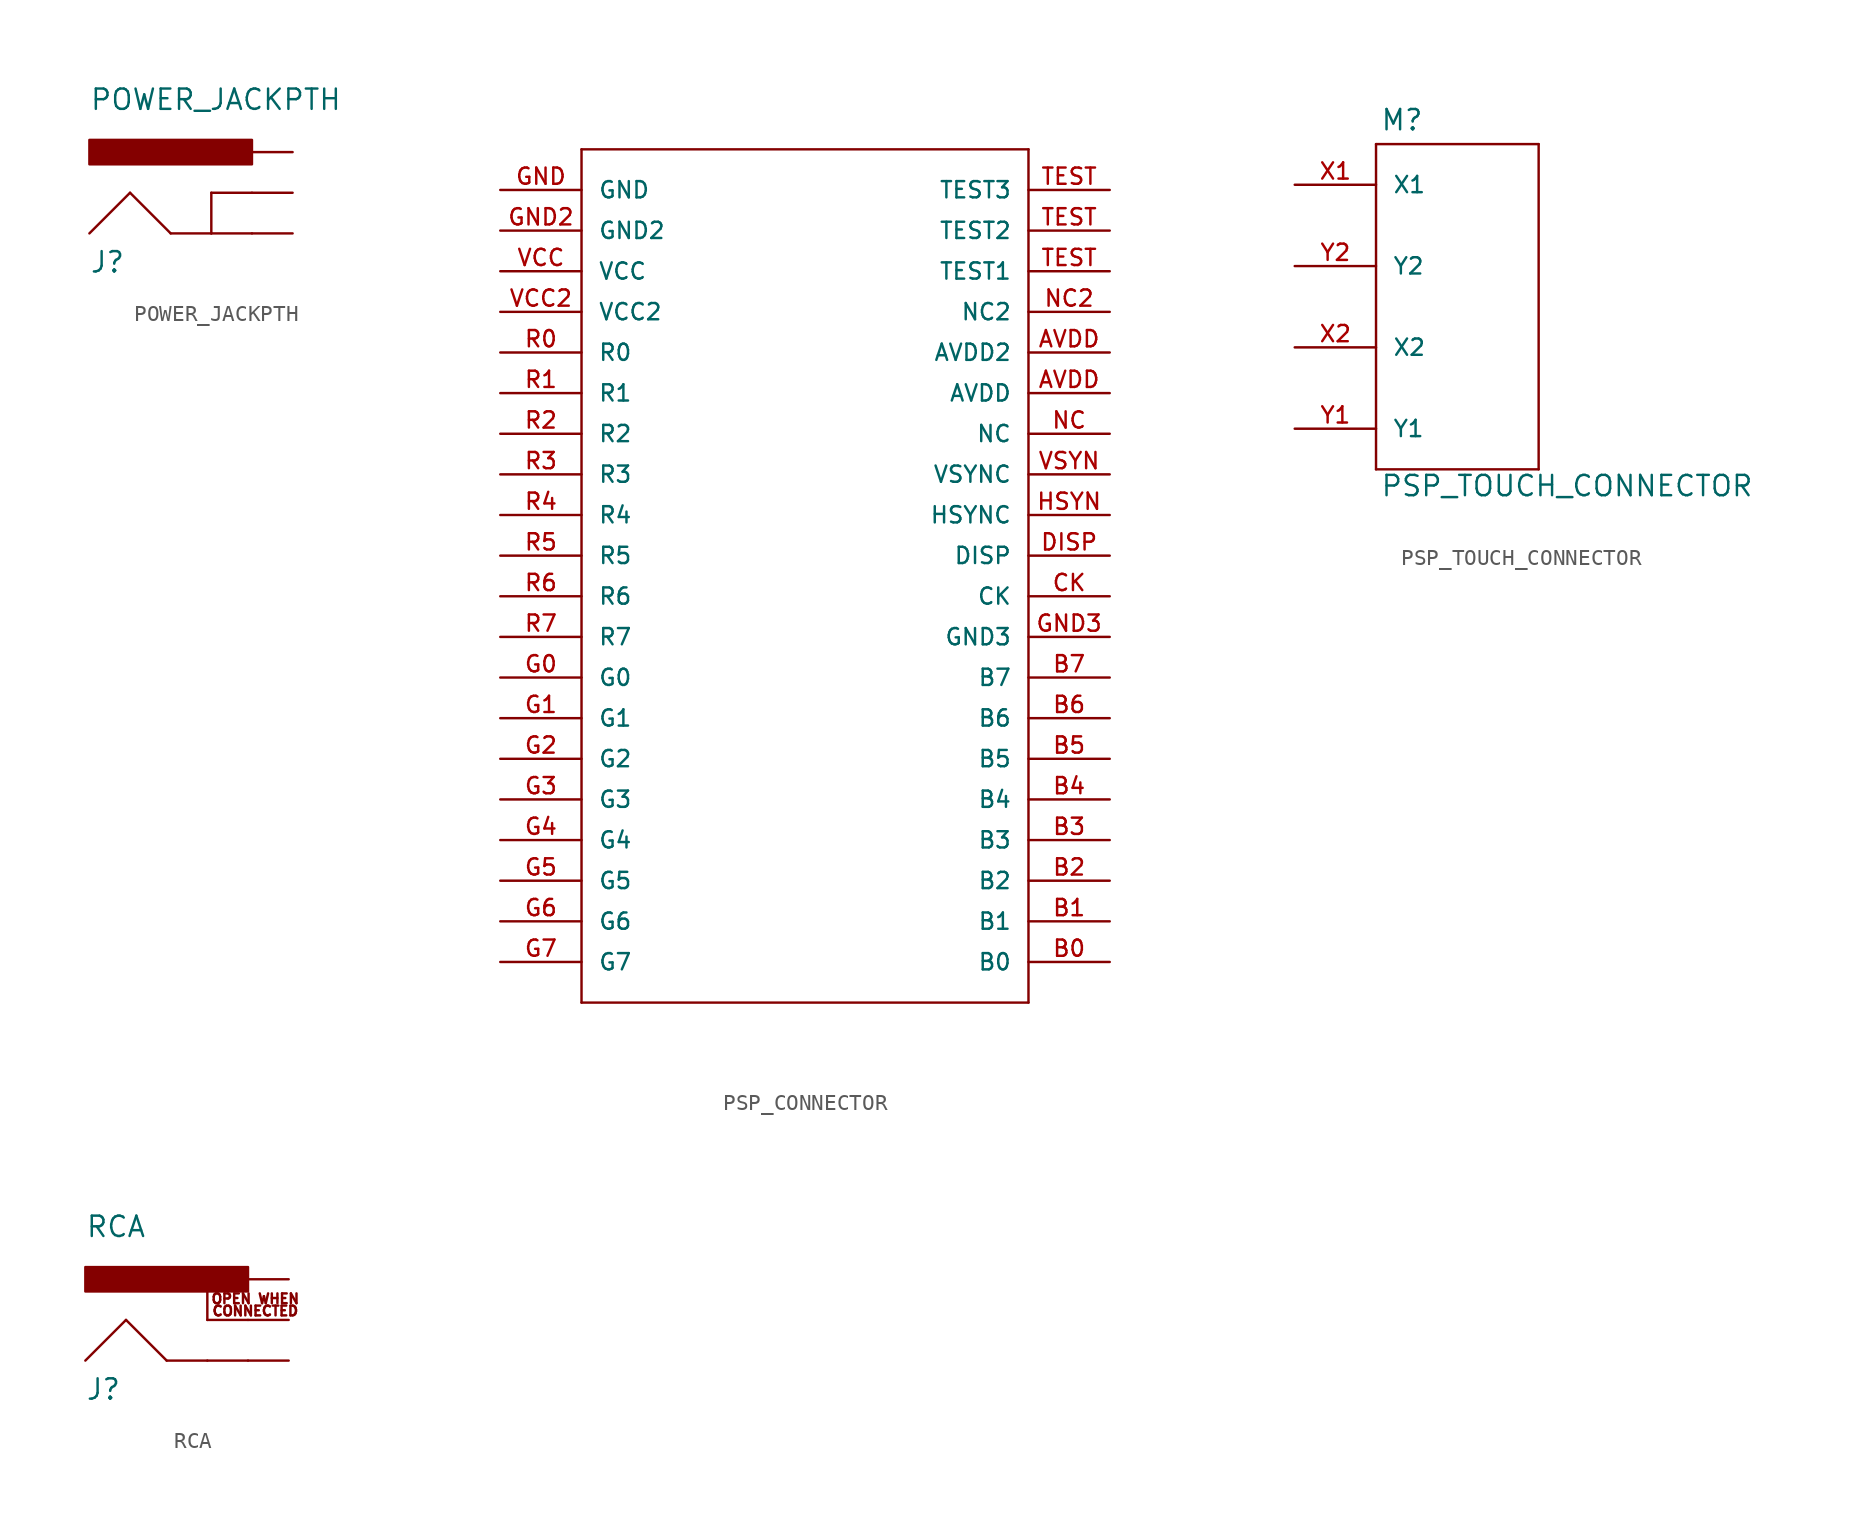
<source format=kicad_sym>
(kicad_symbol_lib
  (version 20211014)
  (generator kicad_symbol_editor)
  (symbol "POWER_JACKPTH"
    (pin_numbers hide)
    (pin_names
      (offset 1.016) hide)
    (property "Reference" "J"
      (at -10.16 0 0)
      (effects (font (size 1.27 1.27)) (justify left bottom)))
    (property "Value" "POWER_JACKPTH"
      (at -10.16 10.16 0)
      (effects (font (size 1.27 1.27)) (justify left bottom)))
    (property "Datasheet" ""
      (at 0 0 0)
      (effects (font (size 1.524 1.524))))
    (property "ki_locked" ""
      (at 0 0 0)
      (effects (font (size 1.27 1.27))))
    (symbol "POWER_JACKPTH_1_0"
      (polyline (pts (xy -10.16 2.54) (xy -7.62 5.08)) (stroke (width 0) (type default) (color 0 0 0 0)) (fill (type none)))
      (polyline (pts (xy -7.62 5.08) (xy -5.08 2.54)) (stroke (width 0) (type default) (color 0 0 0 0)) (fill (type none)))
      (polyline (pts (xy -5.08 2.54) (xy -2.54 2.54)) (stroke (width 0) (type default) (color 0 0 0 0)) (fill (type none)))
      (polyline (pts (xy -2.54 2.54) (xy -2.54 5.08)) (stroke (width 0) (type default) (color 0 0 0 0)) (fill (type none)))
      (polyline (pts (xy -2.54 2.54) (xy 0 2.54)) (stroke (width 0) (type default) (color 0 0 0 0)) (fill (type none)))
      (polyline (pts (xy -2.54 5.08) (xy 0 5.08)) (stroke (width 0) (type default) (color 0 0 0 0)) (fill (type none))))
    (symbol "POWER_JACKPTH_1_1"
      (rectangle (start -10.16 6.858) (end 0 8.382) (stroke (width 0) (type default) (color 0 0 0 0)) (fill (type outline)))
      (pin bidirectional line (at 2.54 2.54 180) (length 2.54) (name "GND" (effects (font (size 1.016 1.016)))) (number "GND" (effects (font (size 1.016 1.016)))))
      (pin bidirectional line (at 2.54 5.08 180) (length 2.54) (name "GNDBREAK" (effects (font (size 1.016 1.016)))) (number "GNDB" (effects (font (size 1.016 1.016)))))
      (pin bidirectional line (at 2.54 7.62 180) (length 2.54) (name "PWR" (effects (font (size 1.016 1.016)))) (number "PWR" (effects (font (size 1.016 1.016)))))))
  (symbol "PSP_CONNECTOR"
    (pin_names
      (offset 1.016))
    (property "Reference" "M"
      (at 0 0 0)
      (effects (font (size 1.27 1.27)) hide))
    (property "Datasheet" ""
      (at 0 0 0)
      (effects (font (size 1.524 1.524))))
    (property "ki_locked" ""
      (at 0 0 0)
      (effects (font (size 1.27 1.27))))
    (symbol "PSP_CONNECTOR_1_0"
      (polyline (pts (xy -13.97 -27.94) (xy 13.97 -27.94)) (stroke (width 0) (type default) (color 0 0 0 0)) (fill (type none)))
      (polyline (pts (xy -13.97 25.4) (xy -13.97 -27.94)) (stroke (width 0) (type default) (color 0 0 0 0)) (fill (type none)))
      (polyline (pts (xy 13.97 -27.94) (xy 13.97 25.4)) (stroke (width 0) (type default) (color 0 0 0 0)) (fill (type none)))
      (polyline (pts (xy 13.97 25.4) (xy -13.97 25.4)) (stroke (width 0) (type default) (color 0 0 0 0)) (fill (type none))))
    (symbol "PSP_CONNECTOR_1_1"
      (pin bidirectional line (at 19.05 10.16 180) (length 5.08) (name "AVDD" (effects (font (size 1.016 1.016)))) (number "AVDD" (effects (font (size 1.016 1.016)))))
      (pin bidirectional line (at 19.05 12.7 180) (length 5.08) (name "AVDD2" (effects (font (size 1.016 1.016)))) (number "AVDD" (effects (font (size 1.016 1.016)))))
      (pin bidirectional line (at 19.05 -25.4 180) (length 5.08) (name "B0" (effects (font (size 1.016 1.016)))) (number "B0" (effects (font (size 1.016 1.016)))))
      (pin bidirectional line (at 19.05 -22.86 180) (length 5.08) (name "B1" (effects (font (size 1.016 1.016)))) (number "B1" (effects (font (size 1.016 1.016)))))
      (pin bidirectional line (at 19.05 -20.32 180) (length 5.08) (name "B2" (effects (font (size 1.016 1.016)))) (number "B2" (effects (font (size 1.016 1.016)))))
      (pin bidirectional line (at 19.05 -17.78 180) (length 5.08) (name "B3" (effects (font (size 1.016 1.016)))) (number "B3" (effects (font (size 1.016 1.016)))))
      (pin bidirectional line (at 19.05 -15.24 180) (length 5.08) (name "B4" (effects (font (size 1.016 1.016)))) (number "B4" (effects (font (size 1.016 1.016)))))
      (pin bidirectional line (at 19.05 -12.7 180) (length 5.08) (name "B5" (effects (font (size 1.016 1.016)))) (number "B5" (effects (font (size 1.016 1.016)))))
      (pin bidirectional line (at 19.05 -10.16 180) (length 5.08) (name "B6" (effects (font (size 1.016 1.016)))) (number "B6" (effects (font (size 1.016 1.016)))))
      (pin bidirectional line (at 19.05 -7.62 180) (length 5.08) (name "B7" (effects (font (size 1.016 1.016)))) (number "B7" (effects (font (size 1.016 1.016)))))
      (pin bidirectional line (at 19.05 -2.54 180) (length 5.08) (name "CK" (effects (font (size 1.016 1.016)))) (number "CK" (effects (font (size 1.016 1.016)))))
      (pin bidirectional line (at 19.05 0 180) (length 5.08) (name "DISP" (effects (font (size 1.016 1.016)))) (number "DISP" (effects (font (size 1.016 1.016)))))
      (pin bidirectional line (at -19.05 -7.62 0) (length 5.08) (name "G0" (effects (font (size 1.016 1.016)))) (number "G0" (effects (font (size 1.016 1.016)))))
      (pin bidirectional line (at -19.05 -10.16 0) (length 5.08) (name "G1" (effects (font (size 1.016 1.016)))) (number "G1" (effects (font (size 1.016 1.016)))))
      (pin bidirectional line (at -19.05 -12.7 0) (length 5.08) (name "G2" (effects (font (size 1.016 1.016)))) (number "G2" (effects (font (size 1.016 1.016)))))
      (pin bidirectional line (at -19.05 -15.24 0) (length 5.08) (name "G3" (effects (font (size 1.016 1.016)))) (number "G3" (effects (font (size 1.016 1.016)))))
      (pin bidirectional line (at -19.05 -17.78 0) (length 5.08) (name "G4" (effects (font (size 1.016 1.016)))) (number "G4" (effects (font (size 1.016 1.016)))))
      (pin bidirectional line (at -19.05 -20.32 0) (length 5.08) (name "G5" (effects (font (size 1.016 1.016)))) (number "G5" (effects (font (size 1.016 1.016)))))
      (pin bidirectional line (at -19.05 -22.86 0) (length 5.08) (name "G6" (effects (font (size 1.016 1.016)))) (number "G6" (effects (font (size 1.016 1.016)))))
      (pin bidirectional line (at -19.05 -25.4 0) (length 5.08) (name "G7" (effects (font (size 1.016 1.016)))) (number "G7" (effects (font (size 1.016 1.016)))))
      (pin bidirectional line (at -19.05 22.86 0) (length 5.08) (name "GND" (effects (font (size 1.016 1.016)))) (number "GND" (effects (font (size 1.016 1.016)))))
      (pin bidirectional line (at -19.05 20.32 0) (length 5.08) (name "GND2" (effects (font (size 1.016 1.016)))) (number "GND2" (effects (font (size 1.016 1.016)))))
      (pin bidirectional line (at 19.05 -5.08 180) (length 5.08) (name "GND3" (effects (font (size 1.016 1.016)))) (number "GND3" (effects (font (size 1.016 1.016)))))
      (pin bidirectional line (at 19.05 2.54 180) (length 5.08) (name "HSYNC" (effects (font (size 1.016 1.016)))) (number "HSYN" (effects (font (size 1.016 1.016)))))
      (pin bidirectional line (at 19.05 7.62 180) (length 5.08) (name "NC" (effects (font (size 1.016 1.016)))) (number "NC" (effects (font (size 1.016 1.016)))))
      (pin bidirectional line (at 19.05 15.24 180) (length 5.08) (name "NC2" (effects (font (size 1.016 1.016)))) (number "NC2" (effects (font (size 1.016 1.016)))))
      (pin bidirectional line (at -19.05 12.7 0) (length 5.08) (name "R0" (effects (font (size 1.016 1.016)))) (number "R0" (effects (font (size 1.016 1.016)))))
      (pin bidirectional line (at -19.05 10.16 0) (length 5.08) (name "R1" (effects (font (size 1.016 1.016)))) (number "R1" (effects (font (size 1.016 1.016)))))
      (pin bidirectional line (at -19.05 7.62 0) (length 5.08) (name "R2" (effects (font (size 1.016 1.016)))) (number "R2" (effects (font (size 1.016 1.016)))))
      (pin bidirectional line (at -19.05 5.08 0) (length 5.08) (name "R3" (effects (font (size 1.016 1.016)))) (number "R3" (effects (font (size 1.016 1.016)))))
      (pin bidirectional line (at -19.05 2.54 0) (length 5.08) (name "R4" (effects (font (size 1.016 1.016)))) (number "R4" (effects (font (size 1.016 1.016)))))
      (pin bidirectional line (at -19.05 0 0) (length 5.08) (name "R5" (effects (font (size 1.016 1.016)))) (number "R5" (effects (font (size 1.016 1.016)))))
      (pin bidirectional line (at -19.05 -2.54 0) (length 5.08) (name "R6" (effects (font (size 1.016 1.016)))) (number "R6" (effects (font (size 1.016 1.016)))))
      (pin bidirectional line (at -19.05 -5.08 0) (length 5.08) (name "R7" (effects (font (size 1.016 1.016)))) (number "R7" (effects (font (size 1.016 1.016)))))
      (pin bidirectional line (at 19.05 17.78 180) (length 5.08) (name "TEST1" (effects (font (size 1.016 1.016)))) (number "TEST" (effects (font (size 1.016 1.016)))))
      (pin bidirectional line (at 19.05 20.32 180) (length 5.08) (name "TEST2" (effects (font (size 1.016 1.016)))) (number "TEST" (effects (font (size 1.016 1.016)))))
      (pin bidirectional line (at 19.05 22.86 180) (length 5.08) (name "TEST3" (effects (font (size 1.016 1.016)))) (number "TEST" (effects (font (size 1.016 1.016)))))
      (pin bidirectional line (at -19.05 17.78 0) (length 5.08) (name "VCC" (effects (font (size 1.016 1.016)))) (number "VCC" (effects (font (size 1.016 1.016)))))
      (pin bidirectional line (at -19.05 15.24 0) (length 5.08) (name "VCC2" (effects (font (size 1.016 1.016)))) (number "VCC2" (effects (font (size 1.016 1.016)))))
      (pin bidirectional line (at 19.05 5.08 180) (length 5.08) (name "VSYNC" (effects (font (size 1.016 1.016)))) (number "VSYN" (effects (font (size 1.016 1.016)))))))
  (symbol "PSP_TOUCH_CONNECTOR"
    (pin_names
      (offset 1.016))
    (property "Reference" "M"
      (at -4.826 10.922 0)
      (effects (font (size 1.27 1.27)) (justify left bottom)))
    (property "Value" "PSP_TOUCH_CONNECTOR"
      (at -4.826 -11.938 0)
      (effects (font (size 1.27 1.27)) (justify left bottom)))
    (property "Datasheet" ""
      (at 0 0 0)
      (effects (font (size 1.524 1.524))))
    (property "ki_locked" ""
      (at 0 0 0)
      (effects (font (size 1.27 1.27))))
    (symbol "PSP_TOUCH_CONNECTOR_1_0"
      (polyline (pts (xy -5.08 -10.16) (xy 5.08 -10.16)) (stroke (width 0) (type default) (color 0 0 0 0)) (fill (type none)))
      (polyline (pts (xy -5.08 10.16) (xy -5.08 -10.16)) (stroke (width 0) (type default) (color 0 0 0 0)) (fill (type none)))
      (polyline (pts (xy 5.08 -10.16) (xy 5.08 10.16)) (stroke (width 0) (type default) (color 0 0 0 0)) (fill (type none)))
      (polyline (pts (xy 5.08 10.16) (xy -5.08 10.16)) (stroke (width 0) (type default) (color 0 0 0 0)) (fill (type none))))
    (symbol "PSP_TOUCH_CONNECTOR_1_1"
      (pin bidirectional line (at -10.16 7.62 0) (length 5.08) (name "X1" (effects (font (size 1.016 1.016)))) (number "X1" (effects (font (size 1.016 1.016)))))
      (pin bidirectional line (at -10.16 -2.54 0) (length 5.08) (name "X2" (effects (font (size 1.016 1.016)))) (number "X2" (effects (font (size 1.016 1.016)))))
      (pin bidirectional line (at -10.16 -7.62 0) (length 5.08) (name "Y1" (effects (font (size 1.016 1.016)))) (number "Y1" (effects (font (size 1.016 1.016)))))
      (pin bidirectional line (at -10.16 2.54 0) (length 5.08) (name "Y2" (effects (font (size 1.016 1.016)))) (number "Y2" (effects (font (size 1.016 1.016)))))))
  (symbol "RCA"
    (pin_numbers hide)
    (pin_names
      (offset 1.016) hide)
    (property "Reference" "J"
      (at -12.7 -5.08 0)
      (effects (font (size 1.27 1.27)) (justify left bottom)))
    (property "Value" "RCA"
      (at -12.7 5.08 0)
      (effects (font (size 1.27 1.27)) (justify left bottom)))
    (property "Datasheet" ""
      (at 0 0 0)
      (effects (font (size 1.524 1.524))))
    (property "ki_locked" ""
      (at 0 0 0)
      (effects (font (size 1.27 1.27))))
    (symbol "RCA_1_0"
      (polyline (pts (xy -12.7 -2.54) (xy -10.16 0)) (stroke (width 0) (type default) (color 0 0 0 0)) (fill (type none)))
      (polyline (pts (xy -10.16 0) (xy -7.62 -2.54)) (stroke (width 0) (type default) (color 0 0 0 0)) (fill (type none)))
      (polyline (pts (xy -7.62 -2.54) (xy -5.08 -2.54)) (stroke (width 0) (type default) (color 0 0 0 0)) (fill (type none)))
      (polyline (pts (xy -5.08 -2.54) (xy -2.54 -2.54)) (stroke (width 0) (type default) (color 0 0 0 0)) (fill (type none)))
      (polyline (pts (xy -5.08 0) (xy -5.08 2.54)) (stroke (width 0) (type default) (color 0 0 0 0)) (fill (type none)))
      (polyline (pts (xy -5.08 0) (xy -2.54 0)) (stroke (width 0) (type default) (color 0 0 0 0)) (fill (type none)))
      (text "CONNECTED" (at -2.083 0.559 0) (effects (font (size 0.61 0.61))))
      (text "OPEN WHEN" (at -2.083 1.321 0) (effects (font (size 0.61 0.61)))))
    (symbol "RCA_1_1"
      (rectangle (start -12.7 1.778) (end -2.54 3.302) (stroke (width 0) (type default) (color 0 0 0 0)) (fill (type outline)))
      (pin bidirectional line (at 0 2.54 180) (length 2.54) (name "PIN" (effects (font (size 1.016 1.016)))) (number "PIN" (effects (font (size 1.016 1.016)))))
      (pin bidirectional line (at 0 -2.54 180) (length 2.54) (name "SHELL" (effects (font (size 1.016 1.016)))) (number "SHEL" (effects (font (size 1.016 1.016)))))
      (pin bidirectional line (at 0 0 180) (length 2.54) (name "SWITCH" (effects (font (size 1.016 1.016)))) (number "SWIT" (effects (font (size 1.016 1.016))))))))
</source>
